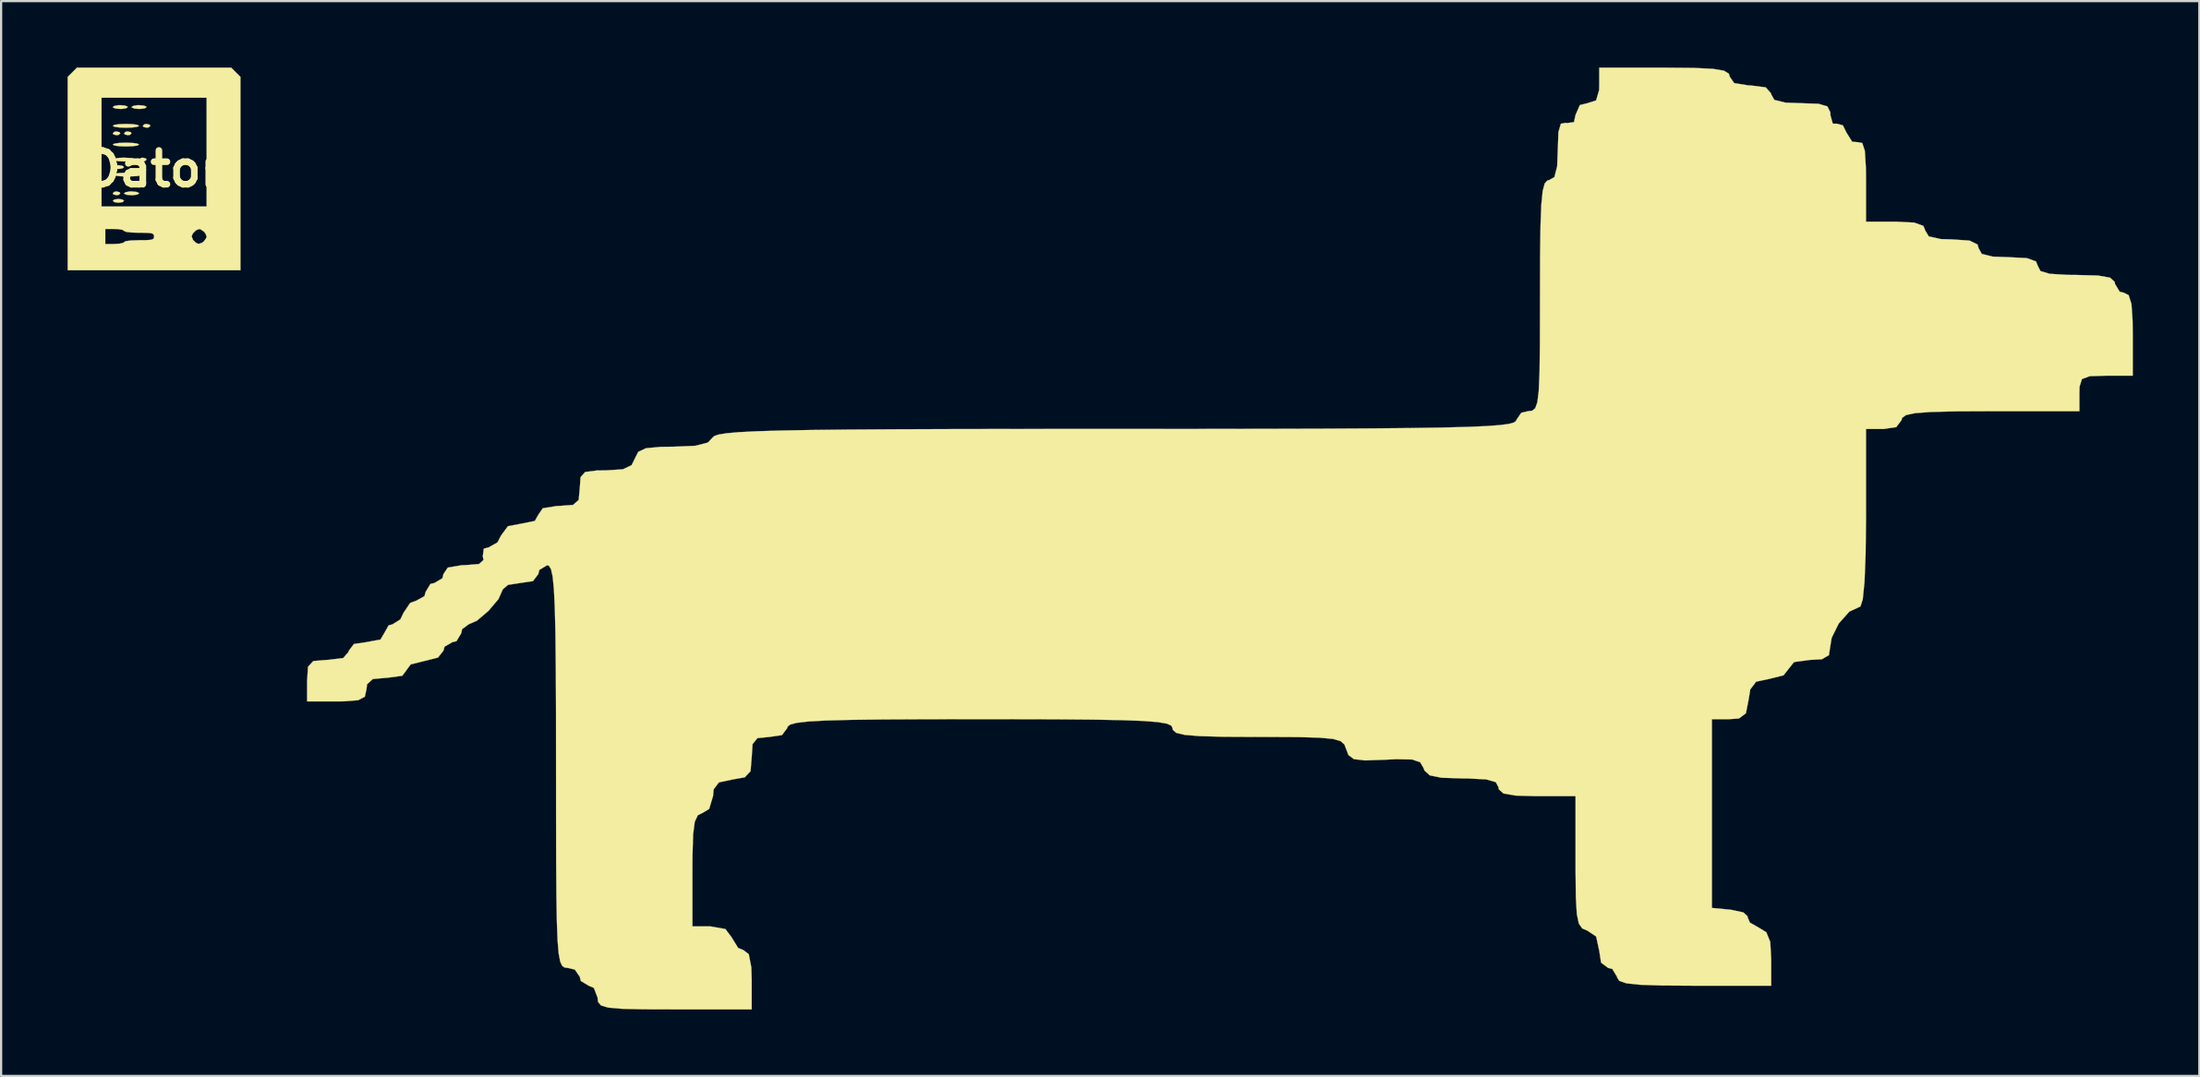
<source format=kicad_pcb>
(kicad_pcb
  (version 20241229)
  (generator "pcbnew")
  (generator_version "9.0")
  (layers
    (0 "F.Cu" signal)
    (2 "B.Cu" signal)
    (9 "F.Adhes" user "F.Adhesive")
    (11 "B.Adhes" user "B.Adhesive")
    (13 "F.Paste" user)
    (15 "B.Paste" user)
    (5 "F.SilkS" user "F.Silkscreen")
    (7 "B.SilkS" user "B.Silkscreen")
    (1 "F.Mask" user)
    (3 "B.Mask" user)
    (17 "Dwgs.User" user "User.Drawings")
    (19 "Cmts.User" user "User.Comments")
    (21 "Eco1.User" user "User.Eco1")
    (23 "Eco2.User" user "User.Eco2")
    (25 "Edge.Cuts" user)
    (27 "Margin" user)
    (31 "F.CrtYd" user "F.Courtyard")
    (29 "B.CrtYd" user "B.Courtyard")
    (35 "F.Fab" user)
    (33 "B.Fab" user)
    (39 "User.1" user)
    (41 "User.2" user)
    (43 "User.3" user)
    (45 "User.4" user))
  (footprint "Dator"
    (layer "F.Cu")
    (at 3.9 4.577)
    (property "Reference" "Dator" (at 0 0 0) (layer "F.SilkS") (effects (font (size 1.524 1.524) (thickness 0.3))))
    (attr through_hole)
    (fp_poly (pts (xy -1.556 -1.658) (xy -1.524 -1.609) (xy -1.595 -1.54) (xy -1.693 -1.524) (xy -1.831 -1.559) (xy -1.863 -1.609) (xy -1.792 -1.677) (xy -1.693 -1.693) (xy -1.556 -1.658)) (stroke (width 0.01) (type solid)) (fill yes) (layer "F.SilkS"))
    (fp_poly (pts (xy -1.556 1.051) (xy -1.524 1.101) (xy -1.595 1.169) (xy -1.693 1.185) (xy -1.831 1.15) (xy -1.863 1.101) (xy -1.792 1.032) (xy -1.693 1.016) (xy -1.556 1.051)) (stroke (width 0.01) (type solid)) (fill yes) (layer "F.SilkS"))
    (fp_poly (pts (xy -1.048 -1.658) (xy -1.016 -1.609) (xy -1.087 -1.54) (xy -1.185 -1.524) (xy -1.323 -1.559) (xy -1.355 -1.609) (xy -1.284 -1.677) (xy -1.185 -1.693) (xy -1.048 -1.658)) (stroke (width 0.01) (type solid)) (fill yes) (layer "F.SilkS"))
    (fp_poly (pts (xy -0.37 -0.473) (xy -0.339 -0.423) (xy -0.41 -0.355) (xy -0.508 -0.339) (xy -0.646 -0.374) (xy -0.677 -0.423) (xy -0.606 -0.492) (xy -0.508 -0.508) (xy -0.37 -0.473)) (stroke (width 0.01) (type solid)) (fill yes) (layer "F.SilkS"))
    (fp_poly (pts (xy -0.201 -1.997) (xy -0.169 -1.947) (xy -0.24 -1.879) (xy -0.339 -1.863) (xy -0.476 -1.898) (xy -0.508 -1.947) (xy -0.437 -2.016) (xy -0.339 -2.032) (xy -0.201 -1.997)) (stroke (width 0.01) (type solid)) (fill yes) (layer "F.SilkS"))
    (fp_poly (pts (xy -1.43 -0.145) (xy -1.355 -0.086) (xy -1.355 -0.085) (xy -1.428 -0.025) (xy -1.606 -0.000006) (xy -1.609 0) (xy -1.787 -0.025) (xy -1.863 -0.084) (xy -1.863 -0.085) (xy -1.789 -0.144) (xy -1.612 -0.169) (xy -1.609 -0.169) (xy -1.43 -0.145)) (stroke (width 0.01) (type solid)) (fill yes) (layer "F.SilkS"))
    (fp_poly (pts (xy -1.43 1.379) (xy -1.355 1.438) (xy -1.355 1.439) (xy -1.428 1.499) (xy -1.606 1.524) (xy -1.609 1.524) (xy -1.787 1.499) (xy -1.863 1.44) (xy -1.863 1.439) (xy -1.789 1.38) (xy -1.612 1.355) (xy -1.609 1.355) (xy -1.43 1.379)) (stroke (width 0.01) (type solid)) (fill yes) (layer "F.SilkS"))
    (fp_poly (pts (xy -1.312 -2.86) (xy -1.194 -2.813) (xy -1.185 -2.794) (xy -1.26 -2.741) (xy -1.448 -2.711) (xy -1.524 -2.709) (xy -1.736 -2.728) (xy -1.854 -2.775) (xy -1.863 -2.794) (xy -1.788 -2.847) (xy -1.6 -2.877) (xy -1.524 -2.879) (xy -1.312 -2.86)) (stroke (width 0.01) (type solid)) (fill yes) (layer "F.SilkS"))
    (fp_poly (pts (xy -1.084 -0.495) (xy -0.901 -0.462) (xy -0.847 -0.423) (xy -0.924 -0.378) (xy -1.125 -0.348) (xy -1.355 -0.339) (xy -1.625 -0.352) (xy -1.809 -0.385) (xy -1.863 -0.423) (xy -1.786 -0.468) (xy -1.584 -0.499) (xy -1.355 -0.508) (xy -1.084 -0.495)) (stroke (width 0.01) (type solid)) (fill yes) (layer "F.SilkS"))
    (fp_poly (pts (xy -0.804 1.035) (xy -0.686 1.082) (xy -0.677 1.101) (xy -0.752 1.154) (xy -0.94 1.183) (xy -1.016 1.185) (xy -1.228 1.167) (xy -1.346 1.12) (xy -1.355 1.101) (xy -1.28 1.048) (xy -1.092 1.018) (xy -1.016 1.016) (xy -0.804 1.035)) (stroke (width 0.01) (type solid)) (fill yes) (layer "F.SilkS"))
    (fp_poly (pts (xy -0.465 -2.86) (xy -0.347 -2.813) (xy -0.339 -2.794) (xy -0.414 -2.741) (xy -0.601 -2.711) (xy -0.677 -2.709) (xy -0.889 -2.728) (xy -1.007 -2.775) (xy -1.016 -2.794) (xy -0.941 -2.847) (xy -0.753 -2.877) (xy -0.677 -2.879) (xy -0.465 -2.86)) (stroke (width 0.01) (type solid)) (fill yes) (layer "F.SilkS"))
    (fp_poly (pts (xy -0.966 -2.021) (xy -0.756 -1.991) (xy -0.677 -1.947) (xy -0.677 -1.947) (xy -0.756 -1.904) (xy -0.966 -1.874) (xy -1.269 -1.863) (xy -1.27 -1.863) (xy -1.574 -1.874) (xy -1.784 -1.904) (xy -1.863 -1.947) (xy -1.863 -1.947) (xy -1.784 -1.991) (xy -1.574 -2.021) (xy -1.271 -2.032) (xy -1.27 -2.032) (xy -0.966 -2.021)) (stroke (width 0.01) (type solid)) (fill yes) (layer "F.SilkS"))
    (fp_poly (pts (xy -0.966 -1.174) (xy -0.756 -1.144) (xy -0.677 -1.101) (xy -0.677 -1.101) (xy -0.756 -1.057) (xy -0.966 -1.027) (xy -1.269 -1.016) (xy -1.27 -1.016) (xy -1.574 -1.027) (xy -1.784 -1.057) (xy -1.863 -1.101) (xy -1.863 -1.101) (xy -1.784 -1.144) (xy -1.574 -1.174) (xy -1.271 -1.185) (xy -1.27 -1.185) (xy -0.966 -1.174)) (stroke (width 0.01) (type solid)) (fill yes) (layer "F.SilkS"))
    (fp_poly (pts (xy -0.85 0.179) (xy -0.614 0.206) (xy -0.51 0.246) (xy -0.508 0.254) (xy -0.587 0.296) (xy -0.803 0.325) (xy -1.125 0.338) (xy -1.185 0.339) (xy -1.521 0.329) (xy -1.756 0.302) (xy -1.86 0.262) (xy -1.863 0.254) (xy -1.783 0.212) (xy -1.567 0.183) (xy -1.246 0.17) (xy -1.185 0.169) (xy -0.85 0.179)) (stroke (width 0.01) (type solid)) (fill yes) (layer "F.SilkS"))
    (fp_poly (pts (xy 3.687 -4.364) (xy 3.895 -4.156) (xy 3.895 4.572) (xy -3.895 4.572) (xy -3.895 2.709) (xy -2.201 2.709) (xy -2.201 3.387) (xy -1.778 3.387) (xy -1.537 3.371) (xy -1.383 3.332) (xy -1.355 3.302) (xy -1.275 3.26) (xy -1.059 3.231) (xy -0.738 3.218) (xy -0.677 3.217) (xy -0.34 3.214) (xy -0.138 3.198) (xy -0.036 3.16) (xy -0.002 3.093) (xy 0 3.048) (xy -0.000414 3.046) (xy 1.693 3.046) (xy 1.76 3.209) (xy 1.907 3.346) (xy 2.017 3.383) (xy 2.166 3.331) (xy 2.25 3.266) (xy 2.351 3.121) (xy 2.371 3.048) (xy 2.316 2.913) (xy 2.25 2.83) (xy 2.105 2.729) (xy 2.032 2.709) (xy 1.883 2.774) (xy 1.744 2.917) (xy 1.693 3.046) (xy -0.000414 3.046) (xy -0.014 2.964) (xy -0.079 2.913) (xy -0.229 2.888) (xy -0.499 2.879) (xy -0.677 2.879) (xy -1.013 2.869) (xy -1.248 2.842) (xy -1.352 2.802) (xy -1.355 2.794) (xy -1.431 2.746) (xy -1.626 2.715) (xy -1.778 2.709) (xy -2.201 2.709) (xy -3.895 2.709) (xy -3.895 -3.217) (xy -2.371 -3.217) (xy -2.371 1.693) (xy 2.371 1.693) (xy 2.371 -3.217) (xy -2.371 -3.217) (xy -3.895 -3.217) (xy -3.895 -4.156) (xy -3.687 -4.364) (xy -3.479 -4.572) (xy 3.479 -4.572) (xy 3.687 -4.364)) (stroke (width 0.01) (type solid)) (fill yes) (layer "F.SilkS")))
  (footprint "Hund"
    (layer "F.Cu")
    (at 47.166 20.592)
    (property "Reference" "Hund" (at 0 0 0) (layer "F.SilkS") (effects (font (size 1.524 1.524) (thickness 0.3))))
    (attr through_hole)
    (fp_poly (pts (xy 26.182 -20.576) (xy 27.049 -20.534) (xy 27.55 -20.45) (xy 27.772 -20.312) (xy 27.806 -20.186) (xy 28.009 -19.89) (xy 28.657 -19.786) (xy 28.742 -19.785) (xy 29.434 -19.698) (xy 29.676 -19.421) (xy 29.678 -19.384) (xy 29.821 -19.132) (xy 30.317 -19.009) (xy 31.015 -18.983) (xy 31.815 -18.956) (xy 32.214 -18.838) (xy 32.345 -18.575) (xy 32.352 -18.433) (xy 32.458 -18.058) (xy 32.637 -18.058) (xy 32.913 -17.984) (xy 33.073 -17.658) (xy 33.332 -17.243) (xy 33.59 -17.222) (xy 33.788 -17.186) (xy 33.902 -16.833) (xy 33.95 -16.077) (xy 33.956 -15.499) (xy 33.956 -13.636) (xy 35.293 -13.636) (xy 36.133 -13.593) (xy 36.544 -13.444) (xy 36.629 -13.235) (xy 36.787 -12.97) (xy 37.322 -12.85) (xy 37.833 -12.834) (xy 38.626 -12.781) (xy 38.987 -12.603) (xy 39.036 -12.433) (xy 39.179 -12.18) (xy 39.674 -12.057) (xy 40.373 -12.032) (xy 41.213 -11.989) (xy 41.624 -11.84) (xy 41.709 -11.631) (xy 41.825 -11.406) (xy 42.24 -11.281) (xy 43.053 -11.232) (xy 43.447 -11.229) (xy 44.422 -11.203) (xy 44.964 -11.107) (xy 45.173 -10.919) (xy 45.185 -10.828) (xy 45.399 -10.474) (xy 45.586 -10.427) (xy 45.804 -10.317) (xy 45.929 -9.922) (xy 45.982 -9.142) (xy 45.987 -8.556) (xy 45.987 -6.684) (xy 44.784 -6.684) (xy 44.044 -6.661) (xy 43.694 -6.527) (xy 43.588 -6.185) (xy 43.581 -5.882) (xy 43.581 -5.08) (xy 39.571 -5.08) (xy 38.001 -5.073) (xy 36.892 -5.046) (xy 36.168 -4.992) (xy 35.756 -4.904) (xy 35.582 -4.774) (xy 35.56 -4.679) (xy 35.321 -4.361) (xy 34.758 -4.278) (xy 33.956 -4.278) (xy 33.956 -0.267) (xy 33.938 1.367) (xy 33.889 2.61) (xy 33.809 3.416) (xy 33.703 3.739) (xy 33.688 3.743) (xy 33.206 3.966) (xy 32.727 4.503) (xy 32.406 5.152) (xy 32.352 5.481) (xy 32.282 5.933) (xy 31.967 6.118) (xy 31.416 6.149) (xy 30.71 6.244) (xy 30.48 6.533) (xy 30.48 6.534) (xy 30.234 6.844) (xy 29.611 7.001) (xy 28.999 7.131) (xy 28.735 7.48) (xy 28.658 7.954) (xy 28.537 8.557) (xy 28.225 8.791) (xy 27.789 8.823) (xy 27.004 8.823) (xy 27.004 17.345) (xy 27.873 17.429) (xy 28.422 17.547) (xy 28.617 17.725) (xy 28.608 17.749) (xy 28.718 18.007) (xy 29.076 18.209) (xy 29.459 18.442) (xy 29.636 18.877) (xy 29.678 19.643) (xy 29.678 20.855) (xy 26.202 20.855) (xy 24.755 20.846) (xy 23.762 20.813) (xy 23.147 20.747) (xy 22.828 20.639) (xy 22.727 20.479) (xy 22.726 20.454) (xy 22.512 20.099) (xy 22.325 20.053) (xy 22.006 19.815) (xy 21.924 19.282) (xy 21.784 18.635) (xy 21.389 18.371) (xy 21.156 18.27) (xy 21.002 18.051) (xy 20.912 17.615) (xy 20.868 16.867) (xy 20.855 15.711) (xy 20.855 15.265) (xy 20.855 12.299) (xy 19.117 12.299) (xy 18.142 12.272) (xy 17.6 12.177) (xy 17.392 11.989) (xy 17.379 11.898) (xy 17.257 11.667) (xy 16.825 11.542) (xy 15.981 11.498) (xy 15.75 11.497) (xy 14.811 11.468) (xy 14.281 11.361) (xy 14.039 11.141) (xy 13.999 11.029) (xy 13.847 10.768) (xy 13.484 10.644) (xy 12.782 10.629) (xy 12.267 10.653) (xy 11.364 10.685) (xy 10.856 10.627) (xy 10.61 10.442) (xy 10.511 10.185) (xy 10.428 9.966) (xy 10.254 9.813) (xy 9.907 9.714) (xy 9.3 9.658) (xy 8.351 9.632) (xy 6.974 9.625) (xy 6.519 9.625) (xy 4.986 9.618) (xy 3.912 9.589) (xy 3.222 9.532) (xy 2.838 9.439) (xy 2.687 9.301) (xy 2.674 9.224) (xy 2.617 9.113) (xy 2.414 9.024) (xy 2.011 8.955) (xy 1.357 8.903) (xy 0.4 8.867) (xy -0.911 8.843) (xy -2.629 8.829) (xy -4.805 8.824) (xy -6.016 8.823) (xy -8.428 8.826) (xy -10.357 8.835) (xy -11.855 8.854) (xy -12.974 8.884) (xy -13.766 8.928) (xy -14.282 8.989) (xy -14.574 9.068) (xy -14.694 9.168) (xy -14.705 9.224) (xy -14.944 9.543) (xy -15.507 9.625) (xy -16.05 9.679) (xy -16.27 9.949) (xy -16.309 10.544) (xy -16.361 11.172) (xy -16.621 11.448) (xy -17.178 11.547) (xy -17.789 11.677) (xy -18.025 11.993) (xy -18.053 12.296) (xy -18.227 12.876) (xy -18.52 13.051) (xy -18.739 13.16) (xy -18.877 13.45) (xy -18.951 14.022) (xy -18.98 14.977) (xy -18.983 15.661) (xy -18.983 18.181) (xy -18.156 18.181) (xy -17.493 18.298) (xy -17.195 18.696) (xy -17.189 18.716) (xy -16.92 19.15) (xy -16.679 19.251) (xy -16.44 19.433) (xy -16.326 20.027) (xy -16.309 20.587) (xy -16.309 21.924) (xy -19.785 21.924) (xy -21.204 21.92) (xy -22.174 21.897) (xy -22.779 21.844) (xy -23.105 21.747) (xy -23.237 21.592) (xy -23.261 21.389) (xy -23.428 20.954) (xy -23.662 20.855) (xy -24.017 20.641) (xy -24.063 20.454) (xy -24.286 20.127) (xy -24.598 20.053) (xy -24.742 20.038) (xy -24.857 19.96) (xy -24.947 19.765) (xy -25.015 19.401) (xy -25.064 18.814) (xy -25.097 17.951) (xy -25.117 16.76) (xy -25.128 15.188) (xy -25.132 13.182) (xy -25.133 10.962) (xy -25.135 8.49) (xy -25.144 6.501) (xy -25.161 4.946) (xy -25.19 3.774) (xy -25.231 2.933) (xy -25.288 2.374) (xy -25.363 2.045) (xy -25.457 1.896) (xy -25.534 1.872) (xy -25.888 2.086) (xy -25.935 2.273) (xy -26.174 2.591) (xy -26.737 2.674) (xy -27.3 2.76) (xy -27.539 2.966) (xy -27.539 2.97) (xy -27.73 3.401) (xy -28.18 3.933) (xy -28.701 4.376) (xy -29.076 4.541) (xy -29.373 4.761) (xy -29.411 4.946) (xy -29.625 5.301) (xy -29.812 5.347) (xy -30.166 5.553) (xy -30.213 5.731) (xy -30.459 6.042) (xy -31.082 6.199) (xy -31.689 6.35) (xy -31.885 6.612) (xy -31.884 6.617) (xy -32.071 6.864) (xy -32.736 6.952) (xy -32.753 6.952) (xy -33.398 7.011) (xy -33.658 7.245) (xy -33.688 7.486) (xy -33.759 7.807) (xy -34.058 7.967) (xy -34.716 8.019) (xy -35.025 8.021) (xy -36.362 8.021) (xy -36.362 7.085) (xy -36.321 6.458) (xy -36.087 6.201) (xy -35.498 6.15) (xy -35.426 6.149) (xy -34.734 6.063) (xy -34.492 5.785) (xy -34.491 5.748) (xy -34.251 5.43) (xy -33.688 5.347) (xy -33.052 5.228) (xy -32.886 4.946) (xy -32.688 4.591) (xy -32.516 4.545) (xy -32.157 4.321) (xy -32.007 4.011) (xy -31.714 3.576) (xy -31.441 3.476) (xy -31.071 3.273) (xy -31.015 3.075) (xy -30.801 2.72) (xy -30.614 2.674) (xy -30.259 2.46) (xy -30.213 2.273) (xy -30.016 1.98) (xy -29.383 1.873) (xy -29.248 1.872) (xy -28.611 1.821) (xy -28.405 1.639) (xy -28.438 1.471) (xy -28.394 1.127) (xy -28.174 1.069) (xy -27.776 0.845) (xy -27.616 0.535) (xy -27.304 0.112) (xy -26.706 0) (xy -26.092 -0.124) (xy -25.935 -0.401) (xy -25.732 -0.698) (xy -25.084 -0.801) (xy -24.999 -0.802) (xy -24.37 -0.847) (xy -24.112 -1.074) (xy -24.063 -1.604) (xy -24.027 -2.102) (xy -23.82 -2.335) (xy -23.295 -2.403) (xy -22.891 -2.406) (xy -22.119 -2.456) (xy -21.725 -2.644) (xy -21.579 -2.941) (xy -21.427 -3.244) (xy -21.082 -3.406) (xy -20.413 -3.469) (xy -19.839 -3.476) (xy -18.845 -3.519) (xy -18.286 -3.663) (xy -18.084 -3.877) (xy -18.003 -3.956) (xy -17.801 -4.025) (xy -17.441 -4.083) (xy -16.888 -4.132) (xy -16.103 -4.172) (xy -15.052 -4.204) (xy -13.696 -4.23) (xy -12.001 -4.249) (xy -9.928 -4.262) (xy -7.443 -4.271) (xy -4.507 -4.276) (xy -1.085 -4.278) (xy 0.125 -4.278) (xy 3.706 -4.279) (xy 6.788 -4.283) (xy 9.409 -4.29) (xy 11.603 -4.302) (xy 13.407 -4.318) (xy 14.859 -4.341) (xy 15.992 -4.37) (xy 16.846 -4.407) (xy 17.454 -4.453) (xy 17.854 -4.507) (xy 18.082 -4.571) (xy 18.174 -4.646) (xy 18.181 -4.679) (xy 18.404 -5.006) (xy 18.716 -5.08) (xy 18.899 -5.101) (xy 19.035 -5.212) (xy 19.131 -5.482) (xy 19.193 -5.981) (xy 19.229 -6.779) (xy 19.245 -7.945) (xy 19.25 -9.55) (xy 19.251 -10.294) (xy 19.256 -12.112) (xy 19.274 -13.462) (xy 19.311 -14.41) (xy 19.372 -15.02) (xy 19.462 -15.36) (xy 19.585 -15.496) (xy 19.652 -15.507) (xy 19.901 -15.648) (xy 20.025 -16.136) (xy 20.053 -16.873) (xy 20.082 -17.68) (xy 20.191 -18.055) (xy 20.414 -18.098) (xy 20.454 -18.084) (xy 20.783 -18.128) (xy 20.855 -18.457) (xy 21.048 -18.898) (xy 21.389 -18.983) (xy 21.781 -19.109) (xy 21.919 -19.578) (xy 21.924 -19.785) (xy 21.924 -20.587) (xy 24.865 -20.587) (xy 26.182 -20.576)) (stroke (width 0.01) (type solid)) (fill yes) (layer "F.SilkS")))
  (gr_rect
    (start -3 -3)
    (end 96.159 45.522)
    (stroke (width 0.1) (type default))
    (fill no)
    (layer "Edge.Cuts")))
</source>
